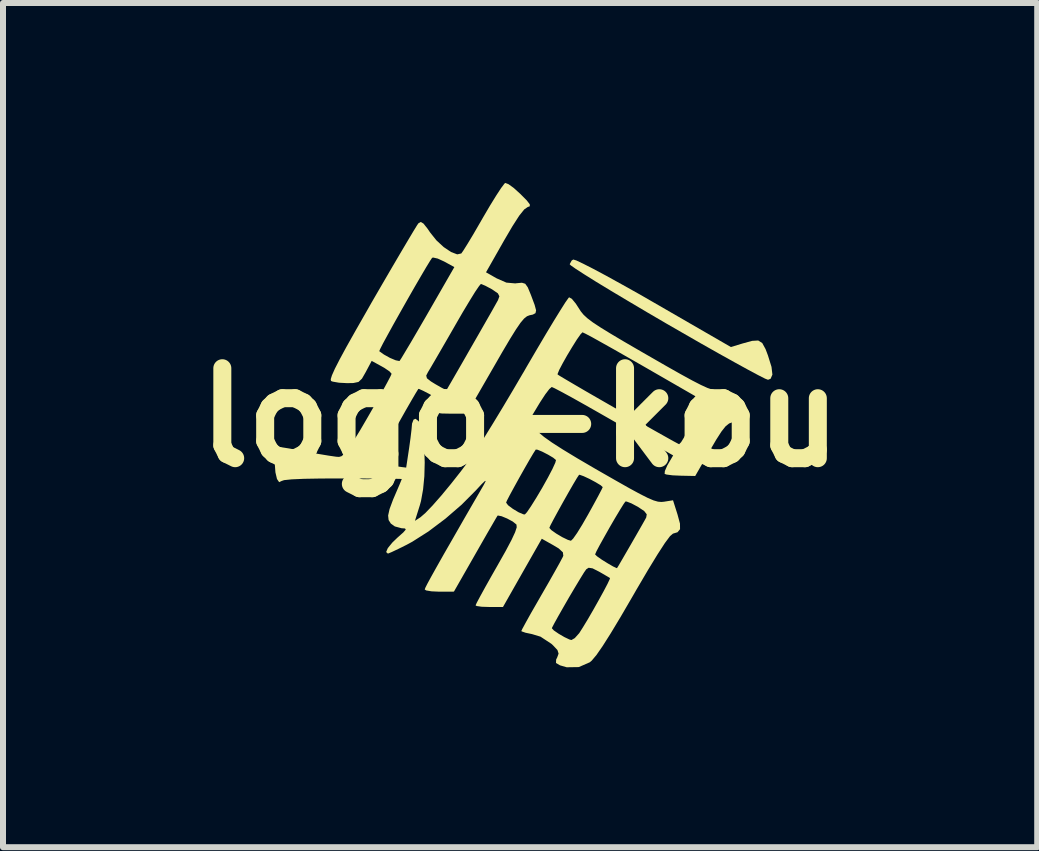
<source format=kicad_pcb>
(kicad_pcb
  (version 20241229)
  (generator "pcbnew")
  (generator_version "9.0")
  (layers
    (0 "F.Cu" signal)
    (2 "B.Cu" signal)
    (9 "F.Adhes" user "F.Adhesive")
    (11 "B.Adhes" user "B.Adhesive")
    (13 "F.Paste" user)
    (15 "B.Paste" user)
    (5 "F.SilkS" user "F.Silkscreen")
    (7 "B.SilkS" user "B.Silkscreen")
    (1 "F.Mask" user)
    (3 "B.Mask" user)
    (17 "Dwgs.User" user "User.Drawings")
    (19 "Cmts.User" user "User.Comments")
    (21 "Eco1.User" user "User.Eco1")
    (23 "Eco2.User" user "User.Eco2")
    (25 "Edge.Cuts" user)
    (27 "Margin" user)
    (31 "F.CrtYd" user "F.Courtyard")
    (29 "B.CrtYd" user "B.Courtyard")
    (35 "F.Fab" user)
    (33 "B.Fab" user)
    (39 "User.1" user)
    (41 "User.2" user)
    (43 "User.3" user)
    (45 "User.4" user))
  (footprint "logo-kou"
    (layer "F.Cu")
    (at 5.621 3.911)
    (property "Reference" "logo-kou" (at 0 0 0) (layer "F.SilkS") (effects (font (size 1.5 1.5) (thickness 0.3))))
    (attr board_only exclude_from_pos_files exclude_from_bom)
    (fp_poly (pts (xy 0.937 -2.619) (xy 1.051 -2.565) (xy 1.222 -2.478) (xy 1.439 -2.362) (xy 1.694 -2.221) (xy 1.98 -2.061) (xy 2.232 -1.916) (xy 3.515 -1.175) (xy 3.708 -1.234) (xy 3.869 -1.278) (xy 3.971 -1.284) (xy 4.038 -1.241) (xy 4.093 -1.14) (xy 4.132 -1.037) (xy 4.192 -0.844) (xy 4.207 -0.715) (xy 4.177 -0.646) (xy 4.134 -0.629) (xy 4.085 -0.648) (xy 3.971 -0.706) (xy 3.799 -0.798) (xy 3.577 -0.92) (xy 3.313 -1.067) (xy 3.014 -1.236) (xy 2.689 -1.423) (xy 2.449 -1.561) (xy 2.112 -1.758) (xy 1.798 -1.944) (xy 1.515 -2.113) (xy 1.271 -2.261) (xy 1.073 -2.385) (xy 0.929 -2.478) (xy 0.845 -2.537) (xy 0.827 -2.556) (xy 0.861 -2.618) (xy 0.887 -2.634)) (stroke (width 0) (type solid)) (fill yes) (layer "F.SilkS"))
    (fp_poly (pts (xy -0.194 -3.891) (xy -0.103 -3.825) (xy 0.007 -3.725) (xy 0.113 -3.618) (xy 0.162 -3.554) (xy 0.162 -3.522) (xy 0.127 -3.509) (xy 0.07 -3.47) (xy -0.015 -3.364) (xy -0.128 -3.188) (xy -0.263 -2.958) (xy -0.568 -2.421) (xy -0.39 -2.32) (xy -0.228 -2.249) (xy -0.081 -2.236) (xy -0.057 -2.239) (xy 0.031 -2.247) (xy 0.086 -2.23) (xy 0.128 -2.171) (xy 0.177 -2.053) (xy 0.187 -2.027) (xy 0.243 -1.877) (xy 0.267 -1.787) (xy 0.257 -1.74) (xy 0.213 -1.716) (xy 0.159 -1.705) (xy 0.115 -1.688) (xy 0.066 -1.649) (xy 0.007 -1.579) (xy -0.069 -1.468) (xy -0.168 -1.309) (xy -0.297 -1.091) (xy -0.423 -0.872) (xy -0.889 -0.064) (xy -1.159 -0.064) (xy -1.307 -0.067) (xy -1.385 -0.079) (xy -1.409 -0.105) (xy -1.404 -0.127) (xy -1.367 -0.218) (xy -1.357 -0.244) (xy -1.378 -0.295) (xy -1.461 -0.362) (xy -1.512 -0.392) (xy -1.617 -0.446) (xy -1.684 -0.476) (xy -1.696 -0.477) (xy -1.74 -0.406) (xy -1.812 -0.283) (xy -1.903 -0.125) (xy -2.004 0.054) (xy -2.109 0.24) (xy -2.207 0.418) (xy -2.292 0.573) (xy -2.354 0.69) (xy -2.386 0.755) (xy -2.389 0.763) (xy -2.342 0.775) (xy -2.237 0.792) (xy -2.137 0.806) (xy -1.899 0.835) (xy -1.85 0.511) (xy -1.827 0.344) (xy -1.81 0.201) (xy -1.802 0.111) (xy -1.802 0.104) (xy -1.777 0.036) (xy -1.744 0.021) (xy -1.691 0.061) (xy -1.648 0.169) (xy -1.617 0.331) (xy -1.597 0.53) (xy -1.59 0.751) (xy -1.596 0.979) (xy -1.617 1.198) (xy -1.652 1.393) (xy -1.671 1.462) (xy -1.753 1.723) (xy -1.661 1.663) (xy -1.579 1.592) (xy -1.459 1.467) (xy -1.312 1.3) (xy -1.151 1.105) (xy -0.987 0.897) (xy -0.832 0.69) (xy -0.794 0.637) (xy -0.711 0.514) (xy -0.594 0.329) (xy -0.45 0.096) (xy -0.287 -0.173) (xy -0.113 -0.465) (xy 0.041 -0.728) (xy 0.626 -0.728) (xy 0.626 -0.717) (xy 0.668 -0.69) (xy 0.772 -0.628) (xy 0.925 -0.538) (xy 1.117 -0.426) (xy 1.336 -0.3) (xy 1.569 -0.166) (xy 1.806 -0.03) (xy 2.035 0.101) (xy 2.243 0.219) (xy 2.421 0.319) (xy 2.555 0.394) (xy 2.635 0.437) (xy 2.652 0.445) (xy 2.685 0.411) (xy 2.736 0.328) (xy 2.746 0.307) (xy 2.807 0.192) (xy 2.889 0.044) (xy 2.944 -0.05) (xy 3.072 -0.269) (xy 2.073 -0.845) (xy 1.809 -0.996) (xy 1.569 -1.133) (xy 1.362 -1.249) (xy 1.199 -1.34) (xy 1.089 -1.398) (xy 1.042 -1.42) (xy 1.041 -1.421) (xy 1.008 -1.387) (xy 0.946 -1.299) (xy 0.869 -1.176) (xy 0.786 -1.038) (xy 0.711 -0.905) (xy 0.653 -0.795) (xy 0.626 -0.728) (xy 0.041 -0.728) (xy 0.064 -0.766) (xy 0.109 -0.845) (xy 0.274 -1.127) (xy 0.427 -1.386) (xy 0.562 -1.61) (xy 0.675 -1.793) (xy 0.758 -1.924) (xy 0.808 -1.994) (xy 0.818 -2.004) (xy 0.863 -1.979) (xy 0.929 -1.899) (xy 0.975 -1.828) (xy 1.013 -1.769) (xy 1.059 -1.713) (xy 1.123 -1.654) (xy 1.213 -1.586) (xy 1.339 -1.503) (xy 1.508 -1.399) (xy 1.73 -1.267) (xy 2.014 -1.102) (xy 2.129 -1.036) (xy 2.437 -0.859) (xy 2.681 -0.721) (xy 2.871 -0.617) (xy 3.015 -0.543) (xy 3.122 -0.494) (xy 3.203 -0.466) (xy 3.265 -0.455) (xy 3.318 -0.455) (xy 3.328 -0.457) (xy 3.42 -0.465) (xy 3.475 -0.448) (xy 3.515 -0.386) (xy 3.561 -0.262) (xy 3.562 -0.26) (xy 3.608 -0.13) (xy 3.644 -0.029) (xy 3.656 0.005) (xy 3.632 0.045) (xy 3.551 0.076) (xy 3.547 0.077) (xy 3.486 0.099) (xy 3.427 0.146) (xy 3.358 0.233) (xy 3.27 0.37) (xy 3.171 0.539) (xy 2.92 0.975) (xy 2.678 0.97) (xy 2.542 0.964) (xy 2.443 0.951) (xy 2.41 0.94) (xy 2.414 0.892) (xy 2.453 0.802) (xy 2.469 0.774) (xy 2.552 0.632) (xy 1.561 0.062) (xy 1.297 -0.089) (xy 1.057 -0.225) (xy 0.85 -0.341) (xy 0.686 -0.43) (xy 0.575 -0.488) (xy 0.528 -0.509) (xy 0.528 -0.509) (xy 0.488 -0.475) (xy 0.42 -0.386) (xy 0.337 -0.259) (xy 0.322 -0.235) (xy 0.157 0.039) (xy 0.259 0.189) (xy 0.312 0.25) (xy 0.4 0.324) (xy 0.531 0.417) (xy 0.712 0.533) (xy 0.951 0.678) (xy 1.257 0.857) (xy 1.304 0.884) (xy 1.596 1.051) (xy 1.824 1.18) (xy 1.999 1.275) (xy 2.13 1.341) (xy 2.226 1.382) (xy 2.299 1.403) (xy 2.356 1.408) (xy 2.399 1.404) (xy 2.55 1.38) (xy 2.625 1.617) (xy 2.666 1.769) (xy 2.667 1.862) (xy 2.625 1.913) (xy 2.549 1.936) (xy 2.5 1.978) (xy 2.415 2.092) (xy 2.293 2.28) (xy 2.133 2.542) (xy 1.935 2.879) (xy 1.884 2.968) (xy 1.68 3.318) (xy 1.512 3.597) (xy 1.377 3.81) (xy 1.273 3.96) (xy 1.195 4.053) (xy 1.162 4.081) (xy 0.979 4.161) (xy 0.777 4.164) (xy 0.666 4.132) (xy 0.599 4.093) (xy 0.601 4.036) (xy 0.619 4) (xy 0.642 3.936) (xy 0.623 3.877) (xy 0.55 3.799) (xy 0.522 3.773) (xy 0.341 3.654) (xy 0.199 3.611) (xy 0.09 3.588) (xy 0.027 3.566) (xy 0.021 3.559) (xy 0.041 3.516) (xy 0.043 3.514) (xy 0.53 3.514) (xy 0.563 3.55) (xy 0.643 3.605) (xy 0.739 3.661) (xy 0.823 3.701) (xy 0.856 3.71) (xy 0.912 3.678) (xy 0.981 3.601) (xy 0.987 3.594) (xy 1.048 3.498) (xy 1.13 3.363) (xy 1.221 3.206) (xy 1.312 3.044) (xy 1.395 2.893) (xy 1.459 2.771) (xy 1.495 2.694) (xy 1.499 2.677) (xy 1.457 2.651) (xy 1.366 2.598) (xy 1.319 2.571) (xy 1.209 2.515) (xy 1.143 2.505) (xy 1.103 2.531) (xy 1.066 2.584) (xy 1 2.691) (xy 0.914 2.834) (xy 0.818 2.996) (xy 0.723 3.161) (xy 0.637 3.312) (xy 0.571 3.431) (xy 0.534 3.502) (xy 0.53 3.514) (xy 0.043 3.514) (xy 0.097 3.414) (xy 0.181 3.263) (xy 0.287 3.079) (xy 0.358 2.955) (xy 0.475 2.752) (xy 0.578 2.57) (xy 0.659 2.425) (xy 0.709 2.331) (xy 0.721 2.305) (xy 0.718 2.283) (xy 1.251 2.283) (xy 1.283 2.314) (xy 1.361 2.369) (xy 1.459 2.43) (xy 1.55 2.483) (xy 1.608 2.51) (xy 1.616 2.511) (xy 1.64 2.473) (xy 1.696 2.377) (xy 1.776 2.239) (xy 1.845 2.12) (xy 1.941 1.953) (xy 2.024 1.808) (xy 2.083 1.704) (xy 2.103 1.667) (xy 2.112 1.614) (xy 2.069 1.559) (xy 1.964 1.489) (xy 1.855 1.431) (xy 1.777 1.401) (xy 1.756 1.401) (xy 1.726 1.443) (xy 1.665 1.541) (xy 1.584 1.676) (xy 1.494 1.831) (xy 1.406 1.987) (xy 1.328 2.127) (xy 1.273 2.231) (xy 1.251 2.282) (xy 1.251 2.283) (xy 0.718 2.283) (xy 0.714 2.248) (xy 0.644 2.183) (xy 0.554 2.129) (xy 0.362 2.021) (xy 0.038 2.59) (xy -0.285 3.159) (xy -0.514 3.159) (xy -0.64 3.155) (xy -0.723 3.143) (xy -0.742 3.132) (xy -0.722 3.088) (xy -0.666 2.983) (xy -0.582 2.83) (xy -0.476 2.641) (xy -0.379 2.471) (xy -0.24 2.225) (xy -0.143 2.042) (xy -0.083 1.913) (xy -0.059 1.84) (xy 0.488 1.84) (xy 0.521 1.877) (xy 0.603 1.935) (xy 0.704 1.995) (xy 0.797 2.04) (xy 0.848 2.055) (xy 0.884 2.02) (xy 0.951 1.925) (xy 1.038 1.784) (xy 1.134 1.617) (xy 1.229 1.445) (xy 1.307 1.301) (xy 1.359 1.202) (xy 1.378 1.161) (xy 1.345 1.13) (xy 1.262 1.08) (xy 1.158 1.024) (xy 1.059 0.978) (xy 0.994 0.955) (xy 0.983 0.956) (xy 0.949 1.007) (xy 0.887 1.111) (xy 0.807 1.25) (xy 0.719 1.406) (xy 0.633 1.561) (xy 0.559 1.697) (xy 0.507 1.796) (xy 0.488 1.84) (xy -0.059 1.84) (xy -0.056 1.831) (xy -0.06 1.786) (xy -0.063 1.782) (xy -0.123 1.734) (xy -0.216 1.684) (xy -0.308 1.646) (xy -0.369 1.634) (xy -0.376 1.637) (xy -0.401 1.678) (xy -0.46 1.78) (xy -0.547 1.93) (xy -0.654 2.117) (xy -0.746 2.278) (xy -1.103 2.903) (xy -1.346 2.904) (xy -1.477 2.898) (xy -1.566 2.883) (xy -1.59 2.867) (xy -1.579 2.837) (xy -1.544 2.768) (xy -1.482 2.654) (xy -1.391 2.491) (xy -1.269 2.275) (xy -1.111 2) (xy -0.918 1.663) (xy -0.777 1.419) (xy -0.233 1.419) (xy -0.2 1.463) (xy -0.12 1.523) (xy -0.025 1.58) (xy 0.055 1.614) (xy 0.08 1.616) (xy 0.115 1.578) (xy 0.181 1.481) (xy 0.27 1.339) (xy 0.368 1.174) (xy 0.464 1.002) (xy 0.54 0.857) (xy 0.587 0.754) (xy 0.599 0.709) (xy 0.552 0.67) (xy 0.466 0.619) (xy 0.369 0.569) (xy 0.291 0.537) (xy 0.262 0.534) (xy 0.223 0.594) (xy 0.157 0.705) (xy 0.075 0.848) (xy -0.014 1.006) (xy -0.099 1.16) (xy -0.171 1.292) (xy -0.219 1.385) (xy -0.233 1.419) (xy -0.777 1.419) (xy -0.684 1.259) (xy -0.606 1.124) (xy -0.574 1.062) (xy -0.583 1.056) (xy -0.638 1.108) (xy -0.739 1.217) (xy -0.974 1.453) (xy -1.245 1.687) (xy -1.528 1.9) (xy -1.797 2.071) (xy -1.891 2.122) (xy -2.032 2.192) (xy -2.142 2.244) (xy -2.2 2.268) (xy -2.204 2.269) (xy -2.233 2.243) (xy -2.205 2.177) (xy -2.129 2.084) (xy -2.047 2.005) (xy -1.947 1.916) (xy -1.906 1.869) (xy -1.918 1.85) (xy -1.976 1.846) (xy -2.088 1.816) (xy -2.155 1.768) (xy -2.192 1.709) (xy -2.2 1.634) (xy -2.176 1.526) (xy -2.118 1.37) (xy -2.061 1.237) (xy -2.011 1.121) (xy -1.979 1.043) (xy -1.972 1.025) (xy -2.012 1.023) (xy -2.126 1.021) (xy -2.301 1.019) (xy -2.525 1.017) (xy -2.787 1.016) (xy -2.958 1.016) (xy -3.318 1.017) (xy -3.602 1.022) (xy -3.808 1.031) (xy -3.934 1.044) (xy -3.975 1.058) (xy -4.017 1.078) (xy -4.053 1.025) (xy -4.079 0.914) (xy -4.091 0.755) (xy -4.091 0.731) (xy -4.084 0.576) (xy -4.06 0.499) (xy -4.039 0.488) (xy -3.977 0.496) (xy -3.852 0.516) (xy -3.684 0.547) (xy -3.55 0.573) (xy -3.358 0.608) (xy -3.189 0.636) (xy -3.065 0.654) (xy -3.018 0.657) (xy -2.977 0.645) (xy -2.928 0.604) (xy -2.864 0.524) (xy -2.779 0.396) (xy -2.666 0.211) (xy -2.532 -0.019) (xy -2.408 -0.235) (xy -2.301 -0.426) (xy -2.216 -0.581) (xy -2.161 -0.686) (xy -2.155 -0.699) (xy -1.565 -0.699) (xy -1.553 -0.654) (xy -1.487 -0.602) (xy -1.414 -0.557) (xy -1.309 -0.497) (xy -1.241 -0.462) (xy -1.227 -0.458) (xy -1.205 -0.495) (xy -1.147 -0.595) (xy -1.06 -0.746) (xy -0.951 -0.935) (xy -0.827 -1.152) (xy -0.819 -1.166) (xy -0.689 -1.392) (xy -0.572 -1.597) (xy -0.474 -1.768) (xy -0.404 -1.893) (xy -0.368 -1.957) (xy -0.345 -2.021) (xy -0.37 -2.07) (xy -0.456 -2.129) (xy -0.469 -2.138) (xy -0.572 -2.193) (xy -0.643 -2.224) (xy -0.654 -2.226) (xy -0.684 -2.191) (xy -0.75 -2.094) (xy -0.842 -1.945) (xy -0.955 -1.757) (xy -1.08 -1.541) (xy -1.082 -1.537) (xy -1.211 -1.313) (xy -1.329 -1.109) (xy -1.427 -0.94) (xy -1.499 -0.817) (xy -1.536 -0.756) (xy -1.565 -0.699) (xy -2.155 -0.699) (xy -2.142 -0.729) (xy -2.176 -0.768) (xy -2.262 -0.827) (xy -2.308 -0.853) (xy -2.474 -0.944) (xy -2.573 -0.758) (xy -2.636 -0.648) (xy -2.694 -0.593) (xy -2.779 -0.575) (xy -2.883 -0.573) (xy -3.018 -0.58) (xy -3.122 -0.598) (xy -3.152 -0.609) (xy -3.157 -0.638) (xy -3.137 -0.703) (xy -3.088 -0.813) (xy -3.007 -0.971) (xy -2.934 -1.106) (xy -2.348 -1.106) (xy -2.27 -1.05) (xy -2.169 -0.994) (xy -2.074 -0.954) (xy -2.014 -0.942) (xy -2.008 -0.945) (xy -1.979 -0.989) (xy -1.915 -1.096) (xy -1.821 -1.253) (xy -1.706 -1.45) (xy -1.575 -1.675) (xy -1.537 -1.741) (xy -1.096 -2.508) (xy -1.266 -2.601) (xy -1.373 -2.65) (xy -1.449 -2.667) (xy -1.467 -2.662) (xy -1.501 -2.611) (xy -1.567 -2.503) (xy -1.657 -2.35) (xy -1.764 -2.166) (xy -1.88 -1.963) (xy -1.997 -1.756) (xy -2.109 -1.557) (xy -2.207 -1.379) (xy -2.285 -1.236) (xy -2.334 -1.14) (xy -2.348 -1.106) (xy -2.934 -1.106) (xy -2.892 -1.183) (xy -2.739 -1.455) (xy -2.546 -1.793) (xy -2.478 -1.913) (xy -2.304 -2.213) (xy -2.142 -2.491) (xy -1.997 -2.738) (xy -1.874 -2.946) (xy -1.779 -3.105) (xy -1.717 -3.206) (xy -1.694 -3.239) (xy -1.656 -3.26) (xy -1.611 -3.234) (xy -1.544 -3.15) (xy -1.501 -3.087) (xy -1.396 -2.955) (xy -1.274 -2.842) (xy -1.152 -2.76) (xy -1.048 -2.72) (xy -0.98 -2.735) (xy -0.945 -2.785) (xy -0.876 -2.895) (xy -0.782 -3.051) (xy -0.673 -3.239) (xy -0.617 -3.336) (xy -0.502 -3.532) (xy -0.399 -3.699) (xy -0.316 -3.826) (xy -0.261 -3.899) (xy -0.247 -3.911)) (stroke (width 0) (type solid)) (fill yes) (layer "F.SilkS")))
  (gr_rect
    (start -3 -3)
    (end 14.243 11.075)
    (stroke (width 0.1) (type default))
    (fill no)
    (layer "Edge.Cuts")))
</source>
